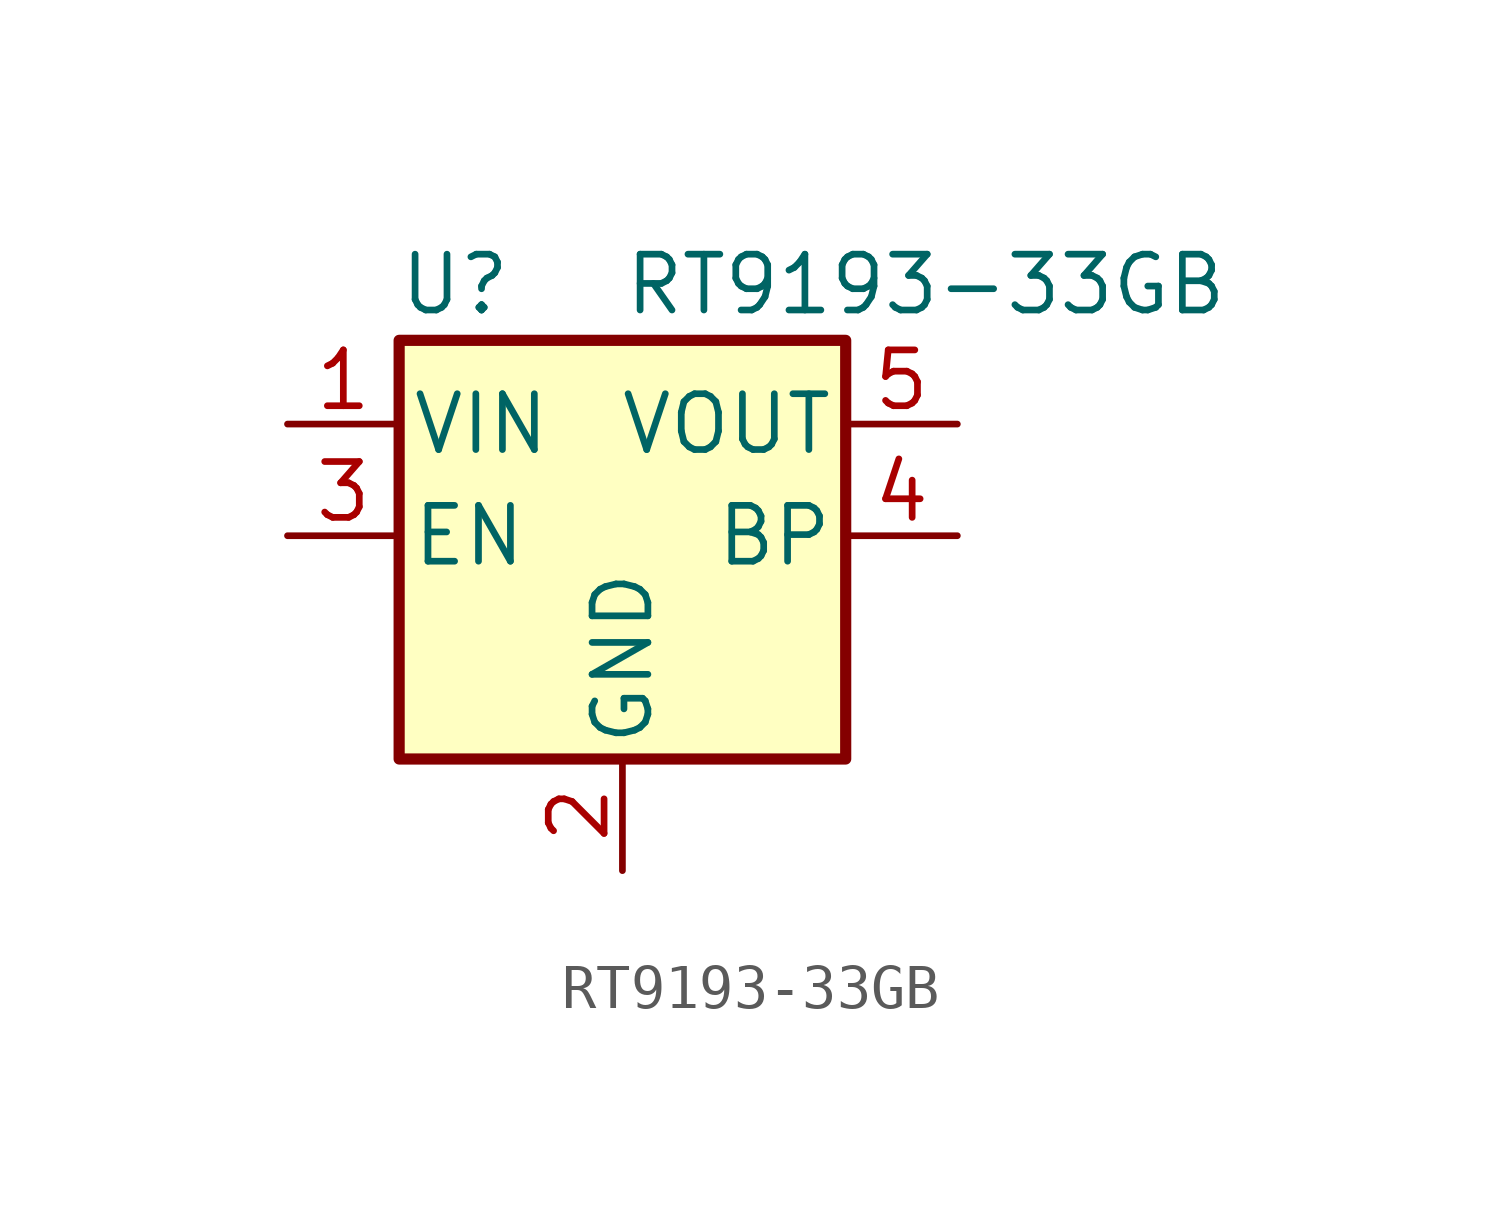
<source format=kicad_sym>
(kicad_symbol_lib
  (version 20211014)
  (generator kicad_symbol_editor)
  (symbol "RT9193-33GB"
    (pin_names
      (offset 0.254))
    (property "Reference" "U"
      (at -3.81 5.715 0)
      (effects (font (size 1.27 1.27))))
    (property "Value" "RT9193-33GB"
      (at 0 5.715 0)
      (effects (font (size 1.27 1.27)) (justify left)))
    (symbol "RT9193-33GB_0_1"
      (rectangle (start -5.08 4.445) (end 5.08 -5.08) (stroke (width 0.254) (type default) (color 0 0 0 0)) (fill (type background))))
    (symbol "RT9193-33GB_1_1"
      (pin power_in line (at -7.62 2.54 0) (length 2.54) (name "VIN" (effects (font (size 1.27 1.27)))) (number "1" (effects (font (size 1.27 1.27)))))
      (pin power_in line (at 0 -7.62 90) (length 2.54) (name "GND" (effects (font (size 1.27 1.27)))) (number "2" (effects (font (size 1.27 1.27)))))
      (pin input line (at -7.62 0 0) (length 2.54) (name "EN" (effects (font (size 1.27 1.27)))) (number "3" (effects (font (size 1.27 1.27)))))
      (pin output line (at 7.62 0 180) (length 2.54) (name "BP" (effects (font (size 1.27 1.27)))) (number "4" (effects (font (size 1.27 1.27)))))
      (pin power_out line (at 7.62 2.54 180) (length 2.54) (name "VOUT" (effects (font (size 1.27 1.27)))) (number "5" (effects (font (size 1.27 1.27))))))))
</source>
